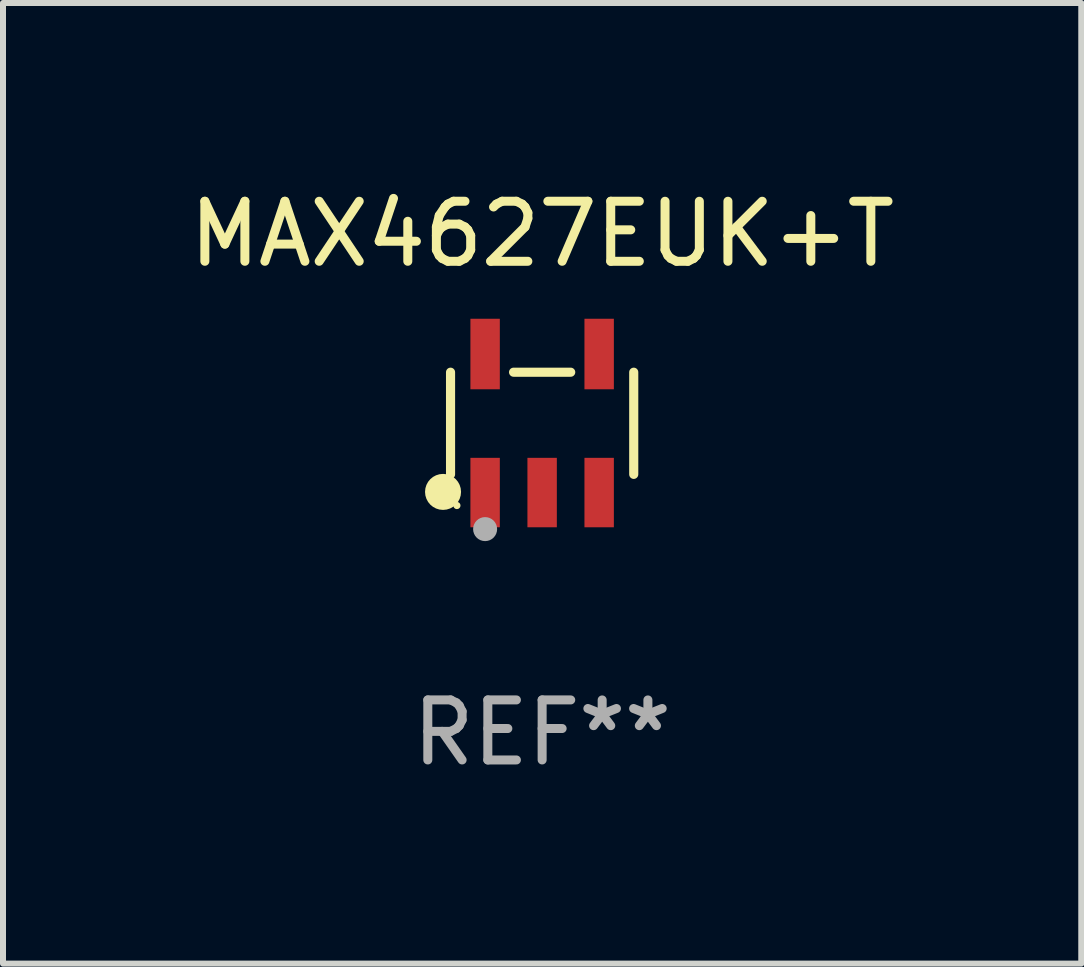
<source format=kicad_pcb>
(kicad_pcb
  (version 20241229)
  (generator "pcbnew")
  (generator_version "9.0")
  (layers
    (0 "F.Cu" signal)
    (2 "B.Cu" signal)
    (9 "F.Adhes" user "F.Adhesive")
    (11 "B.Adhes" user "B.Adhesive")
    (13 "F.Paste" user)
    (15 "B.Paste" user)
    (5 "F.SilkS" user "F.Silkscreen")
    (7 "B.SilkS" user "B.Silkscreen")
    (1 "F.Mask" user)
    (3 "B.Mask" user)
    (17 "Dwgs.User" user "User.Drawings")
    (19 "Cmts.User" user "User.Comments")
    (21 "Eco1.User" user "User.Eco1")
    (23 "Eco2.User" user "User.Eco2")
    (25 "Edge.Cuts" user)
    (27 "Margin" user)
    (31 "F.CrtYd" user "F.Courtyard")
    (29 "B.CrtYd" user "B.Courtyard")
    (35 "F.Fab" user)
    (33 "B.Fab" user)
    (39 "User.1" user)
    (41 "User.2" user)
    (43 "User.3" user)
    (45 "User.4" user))
  (footprint "MAX4627EUK+T"
    (layer "F.Cu")
    (at 5.982 4.002)
    (property "Reference" "MAX4627EUK+T" (at 0 -3.154 0) (layer "F.SilkS") (effects (font (size 1 1) (thickness 0.15))))
    (attr through_hole)
    (fp_line (start -1.526 0.851) (end -1.526 -0.851) (stroke (width 0.152) (type solid)) (layer "F.SilkS"))
    (fp_line (start 0.476 -0.851) (end -0.476 -0.851) (stroke (width 0.152) (type solid)) (layer "F.SilkS"))
    (fp_line (start 1.526 0.851) (end 1.526 -0.851) (stroke (width 0.152) (type solid)) (layer "F.SilkS"))
    (fp_circle (center -1.651 1.143) (end -1.501 1.143) (stroke (width 0.3) (type solid)) (fill no) (layer "F.SilkS"))
    (fp_circle (center -1.42 1.37) (end -1.39 1.37) (stroke (width 0.06) (type solid)) (fill no) (layer "F.SilkS"))
    (fp_circle (center -0.95 1.763) (end -0.85 1.763) (stroke (width 0.2) (type solid)) (fill no) (layer "F.Fab"))
    (fp_text user "REF**" (at 0 5.154 0) (layer "F.Fab") (effects (font (size 1 1) (thickness 0.15))))
    (pad "1" smd rect (at -0.95 1.154) (size 0.49 1.157) (layers "F.Cu" "F.Mask" "F.Paste"))
    (pad "2" smd rect (at 0 1.154) (size 0.49 1.157) (layers "F.Cu" "F.Mask" "F.Paste"))
    (pad "3" smd rect (at 0.95 1.154) (size 0.49 1.157) (layers "F.Cu" "F.Mask" "F.Paste"))
    (pad "4" smd rect (at 0.95 -1.154) (size 0.49 1.175) (layers "F.Cu" "F.Mask" "F.Paste"))
    (pad "5" smd rect (at -0.95 -1.154) (size 0.49 1.175) (layers "F.Cu" "F.Mask" "F.Paste")))
  (gr_rect
    (start -3 -3)
    (end 14.964 13.004)
    (stroke (width 0.1) (type default))
    (fill no)
    (layer "Edge.Cuts")))
</source>
